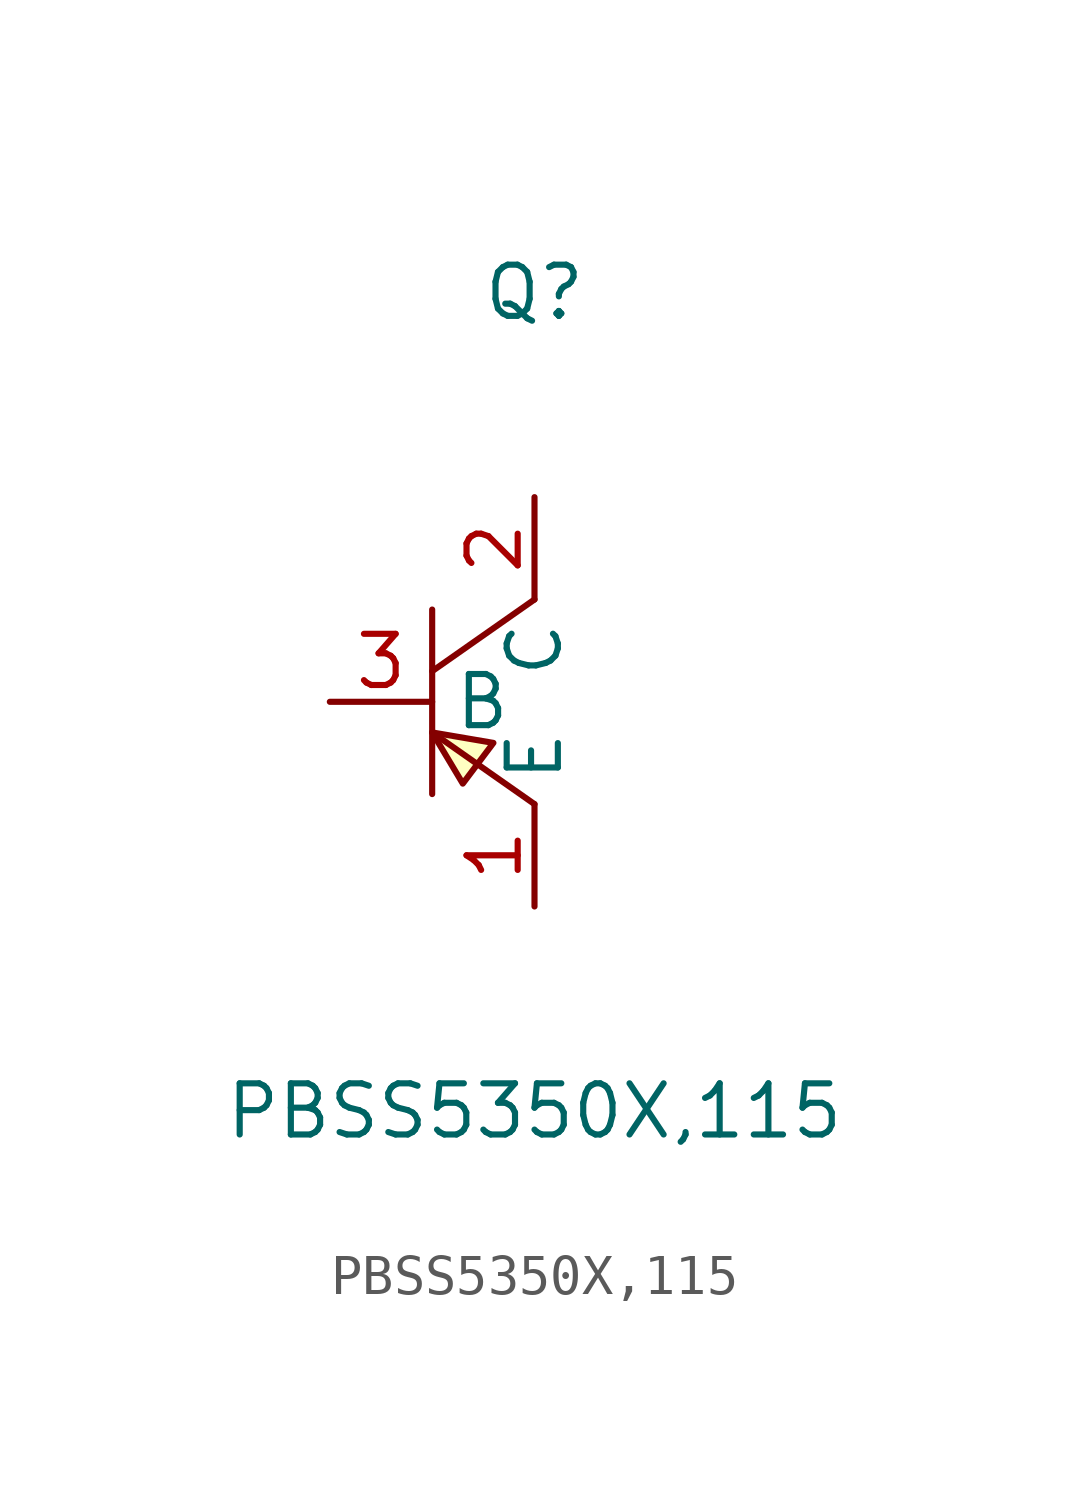
<source format=kicad_sym>
(kicad_symbol_lib
  (version 1)
  (generator "faebryk")
  (symbol "PBSS5350X,115"
    (property "Reference" "Q"
      (at 0 10.16 0)
      (effects (font (size 1.27 1.27)) (hide no)))
    (property "Value" "PBSS5350X,115"
      (at 0 -10.16 0)
      (effects (font (size 1.27 1.27)) (hide no)))
    (symbol "PBSS5350X,115_0_1"
      (polyline (stroke (width 0) (type default) (color 0 0 0 0)) (fill (type none)) (pts (xy -2.54 2.29) (xy -2.54 -2.29)))
      (polyline (stroke (width 0) (type default) (color 0 0 0 0)) (fill (type none)) (pts (xy 0 2.54) (xy -2.54 0.76)))
      (polyline (stroke (width 0) (type default) (color 0 0 0 0)) (fill (type none)) (pts (xy -2.54 -0.76) (xy 0 -2.54)))
      (polyline (stroke (width 0) (type default) (color 0 0 0 0)) (fill (type background)) (pts (xy -2.54 -0.76) (xy -1.02 -1.02) (xy -1.78 -2.03) (xy -2.54 -0.76)))
      (pin unspecified line (at 0 5.08 270) (length 2.54) (name "C" (effects (font (size 1.27 1.27)) (hide no))) (number "2" (effects (font (size 1.27 1.27)) (hide no))))
      (pin unspecified line (at -5.08 0 0) (length 2.54) (name "B" (effects (font (size 1.27 1.27)) (hide no))) (number "3" (effects (font (size 1.27 1.27)) (hide no))))
      (pin unspecified line (at 0 -5.08 90) (length 2.54) (name "E" (effects (font (size 1.27 1.27)) (hide no))) (number "1" (effects (font (size 1.27 1.27)) (hide no)))))))
</source>
